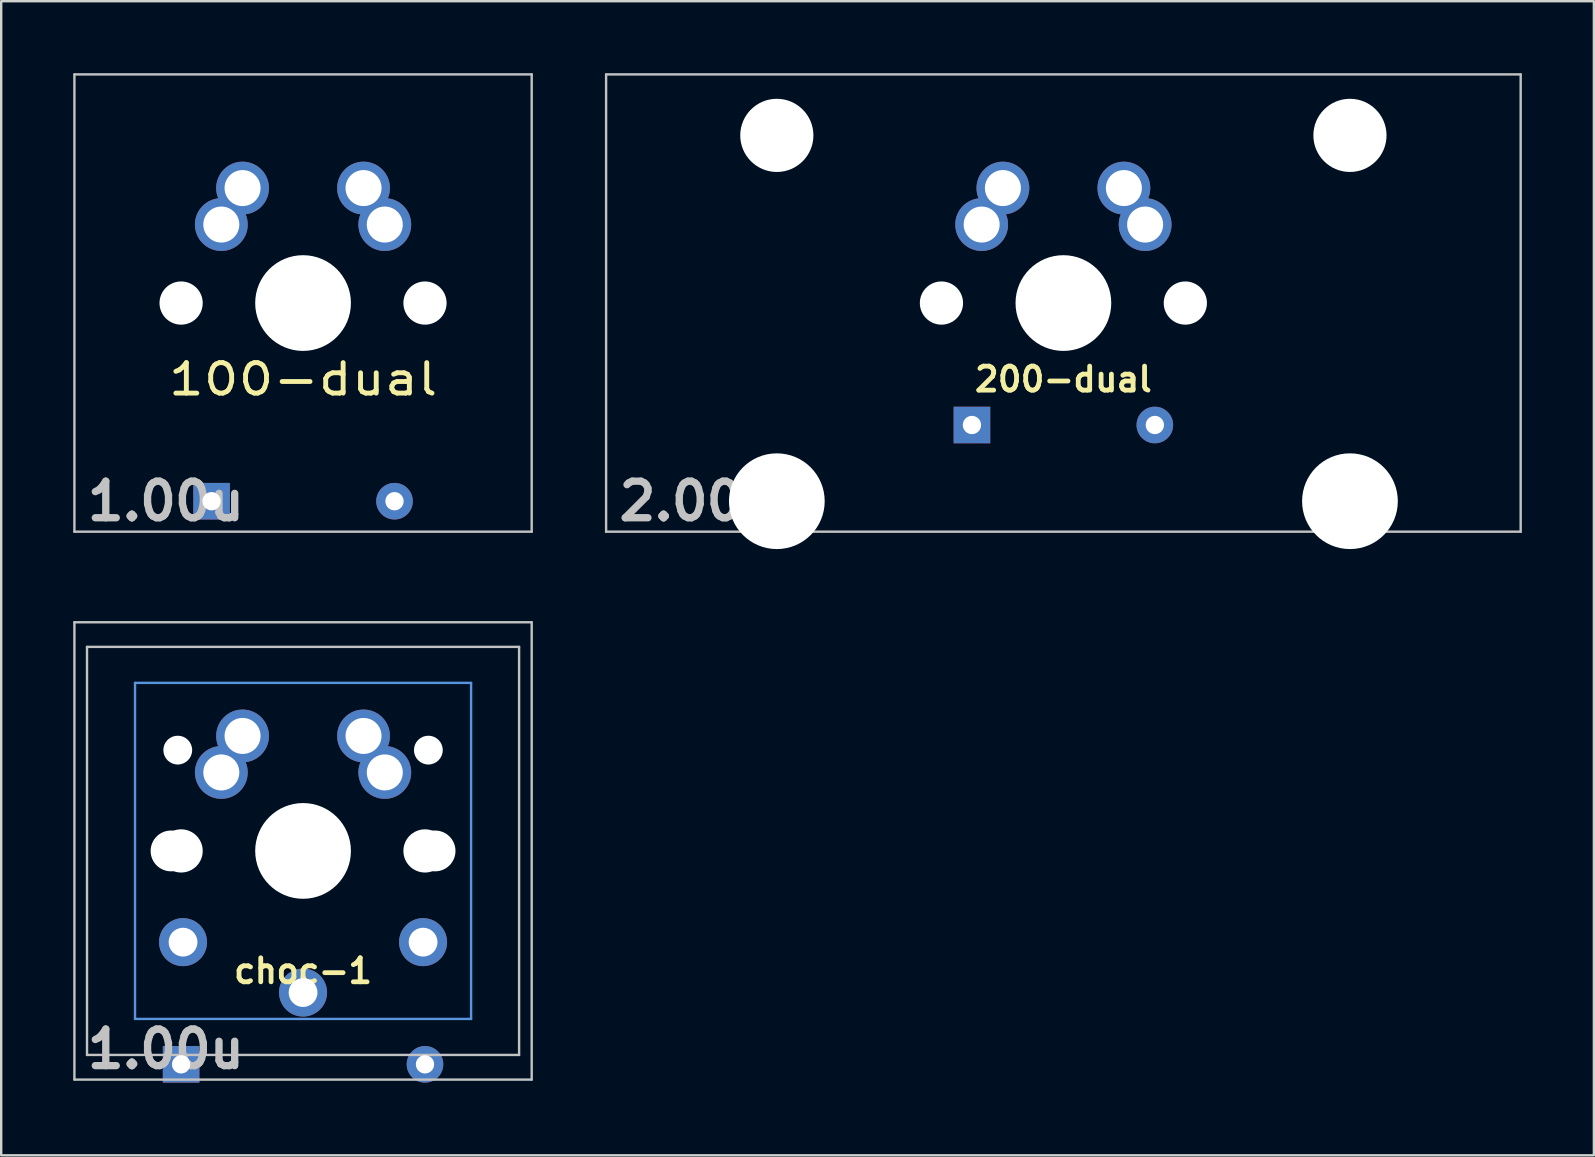
<source format=kicad_pcb>
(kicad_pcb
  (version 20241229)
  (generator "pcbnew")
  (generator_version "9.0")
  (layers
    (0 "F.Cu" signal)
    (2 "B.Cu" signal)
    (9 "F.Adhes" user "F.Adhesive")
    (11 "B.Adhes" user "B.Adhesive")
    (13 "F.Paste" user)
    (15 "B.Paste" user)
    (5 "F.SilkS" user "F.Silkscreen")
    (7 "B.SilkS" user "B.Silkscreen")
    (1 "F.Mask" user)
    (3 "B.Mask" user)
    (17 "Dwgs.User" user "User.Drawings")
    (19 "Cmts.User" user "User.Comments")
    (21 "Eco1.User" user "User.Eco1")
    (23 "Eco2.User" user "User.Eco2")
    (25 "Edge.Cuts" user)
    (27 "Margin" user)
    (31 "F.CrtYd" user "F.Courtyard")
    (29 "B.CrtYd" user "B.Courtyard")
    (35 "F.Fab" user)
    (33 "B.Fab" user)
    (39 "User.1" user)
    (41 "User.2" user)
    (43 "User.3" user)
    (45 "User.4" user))
  (footprint "200-dual"
    (layer "F.Cu")
    (at 41.25 9.575)
    (property "Reference" "200-dual" (at 0 3.175 0) (layer "F.SilkS") (effects (font (size 1 1) (thickness 0.2))))
    (attr through_hole)
    (fp_line (start -19.05 -9.525) (end 19.05 -9.525) (stroke (width 0.1) (type solid)) (layer "Dwgs.User"))
    (fp_line (start -19.05 9.525) (end -19.05 -9.525) (stroke (width 0.1) (type solid)) (layer "Dwgs.User"))
    (fp_line (start 19.05 -9.525) (end 19.05 9.525) (stroke (width 0.1) (type solid)) (layer "Dwgs.User"))
    (fp_line (start 19.05 9.525) (end -19.05 9.525) (stroke (width 0.1) (type solid)) (layer "Dwgs.User"))
    (fp_line (start -16.129 -2.286) (end -15.265 -2.286) (stroke (width 0.152) (type solid)) (layer "Eco2.User"))
    (fp_line (start -16.129 0.508) (end -16.129 -2.286) (stroke (width 0.152) (type solid)) (layer "Eco2.User"))
    (fp_line (start -15.265 -5.69) (end -8.611 -5.69) (stroke (width 0.152) (type solid)) (layer "Eco2.User"))
    (fp_line (start -15.265 -2.286) (end -15.265 -5.69) (stroke (width 0.152) (type solid)) (layer "Eco2.User"))
    (fp_line (start -15.265 0.508) (end -16.129 0.508) (stroke (width 0.152) (type solid)) (layer "Eco2.User"))
    (fp_line (start -15.265 6.604) (end -15.265 0.508) (stroke (width 0.152) (type solid)) (layer "Eco2.User"))
    (fp_line (start -14.224 6.604) (end -15.265 6.604) (stroke (width 0.152) (type solid)) (layer "Eco2.User"))
    (fp_line (start -14.224 7.772) (end -14.224 6.604) (stroke (width 0.152) (type solid)) (layer "Eco2.User"))
    (fp_line (start -9.652 6.604) (end -9.652 7.772) (stroke (width 0.152) (type solid)) (layer "Eco2.User"))
    (fp_line (start -9.652 7.772) (end -14.224 7.772) (stroke (width 0.152) (type solid)) (layer "Eco2.User"))
    (fp_line (start -8.611 -5.69) (end -8.611 -4.877) (stroke (width 0.152) (type solid)) (layer "Eco2.User"))
    (fp_line (start -8.611 -4.877) (end -6.985 -4.877) (stroke (width 0.152) (type solid)) (layer "Eco2.User"))
    (fp_line (start -8.611 5.817) (end -8.611 6.604) (stroke (width 0.152) (type solid)) (layer "Eco2.User"))
    (fp_line (start -8.611 6.604) (end -9.652 6.604) (stroke (width 0.152) (type solid)) (layer "Eco2.User"))
    (fp_line (start -6.985 -6.985) (end 6.985 -6.985) (stroke (width 0.152) (type solid)) (layer "Eco2.User"))
    (fp_line (start -6.985 -4.877) (end -6.985 -6.985) (stroke (width 0.152) (type solid)) (layer "Eco2.User"))
    (fp_line (start -6.985 5.817) (end -8.611 5.817) (stroke (width 0.152) (type solid)) (layer "Eco2.User"))
    (fp_line (start -6.985 6.985) (end -6.985 5.817) (stroke (width 0.152) (type solid)) (layer "Eco2.User"))
    (fp_line (start 6.985 -6.985) (end 6.985 -4.877) (stroke (width 0.152) (type solid)) (layer "Eco2.User"))
    (fp_line (start 6.985 -4.877) (end 8.611 -4.877) (stroke (width 0.152) (type solid)) (layer "Eco2.User"))
    (fp_line (start 6.985 5.817) (end 6.985 6.985) (stroke (width 0.152) (type solid)) (layer "Eco2.User"))
    (fp_line (start 6.985 6.985) (end -6.985 6.985) (stroke (width 0.152) (type solid)) (layer "Eco2.User"))
    (fp_line (start 8.611 -5.69) (end 15.265 -5.69) (stroke (width 0.152) (type solid)) (layer "Eco2.User"))
    (fp_line (start 8.611 -4.877) (end 8.611 -5.69) (stroke (width 0.152) (type solid)) (layer "Eco2.User"))
    (fp_line (start 8.611 5.817) (end 6.985 5.817) (stroke (width 0.152) (type solid)) (layer "Eco2.User"))
    (fp_line (start 8.611 6.604) (end 8.611 5.817) (stroke (width 0.152) (type solid)) (layer "Eco2.User"))
    (fp_line (start 9.652 6.604) (end 8.611 6.604) (stroke (width 0.152) (type solid)) (layer "Eco2.User"))
    (fp_line (start 9.652 7.772) (end 9.652 6.604) (stroke (width 0.152) (type solid)) (layer "Eco2.User"))
    (fp_line (start 14.224 6.604) (end 14.224 7.772) (stroke (width 0.152) (type solid)) (layer "Eco2.User"))
    (fp_line (start 14.224 7.772) (end 9.652 7.772) (stroke (width 0.152) (type solid)) (layer "Eco2.User"))
    (fp_line (start 15.265 -5.69) (end 15.265 -2.286) (stroke (width 0.152) (type solid)) (layer "Eco2.User"))
    (fp_line (start 15.265 -2.286) (end 16.129 -2.286) (stroke (width 0.152) (type solid)) (layer "Eco2.User"))
    (fp_line (start 15.265 0.508) (end 15.265 6.604) (stroke (width 0.152) (type solid)) (layer "Eco2.User"))
    (fp_line (start 15.265 6.604) (end 14.224 6.604) (stroke (width 0.152) (type solid)) (layer "Eco2.User"))
    (fp_line (start 16.129 -2.286) (end 16.129 0.508) (stroke (width 0.152) (type solid)) (layer "Eco2.User"))
    (fp_line (start 16.129 0.508) (end 15.265 0.508) (stroke (width 0.152) (type solid)) (layer "Eco2.User"))
    (fp_text user "2.00u" (at -15.24 8.255 0) (layer "Dwgs.User") (effects (font (size 1.524 1.524) (thickness 0.305))))
    (pad "" np_thru_hole circle (at -11.938 -6.985) (size 3.048 3.048) (drill 3.048) (layers "*.Cu" "*.Mask"))
    (pad "" np_thru_hole circle (at -11.938 8.255) (size 3.988 3.988) (drill 3.988) (layers "*.Cu" "*.Mask"))
    (pad "" np_thru_hole circle (at -5.08 0) (size 1.8 1.8) (drill 1.8) (layers "*.Cu" "*.Mask"))
    (pad "" np_thru_hole circle (at 0 0) (size 3.988 3.988) (drill 3.988) (layers "*.Cu" "*.Mask"))
    (pad "" np_thru_hole circle (at 5.08 0) (size 1.8 1.8) (drill 1.8) (layers "*.Cu" "*.Mask"))
    (pad "" np_thru_hole circle (at 11.938 -6.985) (size 3.048 3.048) (drill 3.048) (layers "*.Cu" "*.Mask"))
    (pad "" np_thru_hole circle (at 11.938 8.255) (size 3.988 3.988) (drill 3.988) (layers "*.Cu" "*.Mask"))
    (pad "1" thru_hole circle (at -3.405 -3.27 29) (size 2.2 2.2) (drill 1.5) (layers "*.Cu" "*.Mask"))
    (pad "1" thru_hole circle (at -2.52 -4.79) (size 2.2 2.2) (drill 1.5) (layers "*.Cu" "*.Mask"))
    (pad "2" thru_hole circle (at 2.52 -4.79) (size 2.2 2.2) (drill 1.5) (layers "*.Cu" "*.Mask"))
    (pad "2" thru_hole circle (at 3.405 -3.27 29) (size 2.2 2.2) (drill 1.5) (layers "*.Cu" "*.Mask"))
    (pad "3" thru_hole circle (at 3.81 5.08) (size 1.524 1.524) (drill 0.762) (layers "*.Cu" "*.Mask"))
    (pad "4" thru_hole rect (at -3.81 5.08) (size 1.524 1.524) (drill 0.762) (layers "*.Cu" "*.Mask")))
  (footprint "100-dual"
    (layer "F.Cu")
    (at 9.575 9.575)
    (property "Reference" "100-dual" (at 0 3.175 0) (layer "F.SilkS") (effects (font (size 1.27 1.524) (thickness 0.203))))
    (attr through_hole)
    (fp_line (start -9.525 -9.525) (end 9.525 -9.525) (stroke (width 0.1) (type solid)) (layer "Dwgs.User"))
    (fp_line (start -9.525 9.525) (end -9.525 -9.525) (stroke (width 0.1) (type solid)) (layer "Dwgs.User"))
    (fp_line (start 9.525 -9.525) (end 9.525 9.525) (stroke (width 0.1) (type solid)) (layer "Dwgs.User"))
    (fp_line (start 9.525 9.525) (end -9.525 9.525) (stroke (width 0.1) (type solid)) (layer "Dwgs.User"))
    (fp_line (start -7 -7) (end 7 -7) (stroke (width 0.1) (type solid)) (layer "Eco2.User"))
    (fp_line (start -7 7) (end -7 -7) (stroke (width 0.1) (type solid)) (layer "Eco2.User"))
    (fp_line (start 7 -7) (end 7 7) (stroke (width 0.1) (type solid)) (layer "Eco2.User"))
    (fp_line (start 7 7) (end -7 7) (stroke (width 0.1) (type solid)) (layer "Eco2.User"))
    (fp_text user "1.00u" (at -5.715 8.255 0) (layer "Dwgs.User") (effects (font (size 1.524 1.524) (thickness 0.305))))
    (pad "" np_thru_hole circle (at -5.08 0) (size 1.8 1.8) (drill 1.8) (layers "*.Cu" "*.Mask"))
    (pad "" np_thru_hole circle (at 0 0) (size 3.988 3.988) (drill 3.988) (layers "*.Cu" "*.Mask"))
    (pad "" np_thru_hole circle (at 5.08 0) (size 1.8 1.8) (drill 1.8) (layers "*.Cu" "*.Mask"))
    (pad "1" thru_hole circle (at -3.405 -3.27 29) (size 2.2 2.2) (drill 1.5) (layers "*.Cu" "*.Mask"))
    (pad "1" thru_hole circle (at -2.52 -4.79) (size 2.2 2.2) (drill 1.5) (layers "*.Cu" "*.Mask"))
    (pad "2" thru_hole circle (at 2.52 -4.79) (size 2.2 2.2) (drill 1.5) (layers "*.Cu" "*.Mask"))
    (pad "2" thru_hole circle (at 3.405 -3.27 29) (size 2.2 2.2) (drill 1.5) (layers "*.Cu" "*.Mask"))
    (pad "3" thru_hole circle (at 3.81 8.255) (size 1.524 1.524) (drill 0.762) (layers "*.Cu" "*.Mask"))
    (pad "4" thru_hole rect (at -3.81 8.255) (size 1.524 1.524) (drill 0.762) (layers "*.Cu" "*.Mask")))
  (footprint "choc-1"
    (layer "F.Cu")
    (at 9.575 32.399)
    (property "Reference" "choc-1" (at 0 5 180) (layer "F.SilkS") (effects (font (size 1 1) (thickness 0.2))))
    (attr through_hole)
    (fp_line (start -9.525 -9.525) (end 9.525 -9.525) (stroke (width 0.1) (type solid)) (layer "Dwgs.User"))
    (fp_line (start -9.525 9.525) (end -9.525 -9.525) (stroke (width 0.1) (type solid)) (layer "Dwgs.User"))
    (fp_line (start -9 -8.5) (end 9 -8.5) (stroke (width 0.1) (type solid)) (layer "Dwgs.User"))
    (fp_line (start -9 8.5) (end -9 -8.5) (stroke (width 0.1) (type solid)) (layer "Dwgs.User"))
    (fp_line (start 9 -8.5) (end 9 8.5) (stroke (width 0.1) (type solid)) (layer "Dwgs.User"))
    (fp_line (start 9 8.5) (end -9 8.5) (stroke (width 0.1) (type solid)) (layer "Dwgs.User"))
    (fp_line (start 9.525 -9.525) (end 9.525 9.525) (stroke (width 0.1) (type solid)) (layer "Dwgs.User"))
    (fp_line (start 9.525 9.525) (end -9.525 9.525) (stroke (width 0.1) (type solid)) (layer "Dwgs.User"))
    (fp_line (start -7 -7) (end 7 -7) (stroke (width 0.1) (type solid)) (layer "Cmts.User"))
    (fp_line (start -7 7) (end -7 -7) (stroke (width 0.1) (type solid)) (layer "Cmts.User"))
    (fp_line (start 7 -7) (end 7 7) (stroke (width 0.1) (type solid)) (layer "Cmts.User"))
    (fp_line (start 7 7) (end -7 7) (stroke (width 0.1) (type solid)) (layer "Cmts.User"))
    (fp_line (start -7 -7) (end 7 -7) (stroke (width 0.1) (type solid)) (layer "Eco2.User"))
    (fp_line (start -7 7) (end -7 -7) (stroke (width 0.1) (type solid)) (layer "Eco2.User"))
    (fp_line (start 7 -7) (end 7 7) (stroke (width 0.1) (type solid)) (layer "Eco2.User"))
    (fp_line (start 7 7) (end -7 7) (stroke (width 0.1) (type solid)) (layer "Eco2.User"))
    (fp_text user "1.00u" (at -5.715 8.255 0) (layer "Dwgs.User") (effects (font (size 1.524 1.524) (thickness 0.305))))
    (pad "" np_thru_hole circle (at -5.5 0) (size 1.7 1.7) (drill 1.7) (layers "*.Cu" "*.Mask"))
    (pad "" np_thru_hole circle (at -5.22 -4.2) (size 1.2 1.2) (drill 1.2) (layers "*.Cu" "*.Mask"))
    (pad "" np_thru_hole circle (at -5.08 0) (size 1.8 1.8) (drill 1.8) (layers "*.Cu" "*.Mask"))
    (pad "" np_thru_hole circle (at 0 0) (size 3.4 3.4) (drill 3.4) (layers "*.Cu" "*.Mask"))
    (pad "" np_thru_hole circle (at 0 0) (size 3.988 3.988) (drill 3.988) (layers "*.Cu" "*.Mask"))
    (pad "" np_thru_hole circle (at 5.08 0) (size 1.8 1.8) (drill 1.8) (layers "*.Cu" "*.Mask"))
    (pad "" np_thru_hole circle (at 5.22 -4.2) (size 1.2 1.2) (drill 1.2) (layers "*.Cu" "*.Mask"))
    (pad "" np_thru_hole circle (at 5.5 0) (size 1.7 1.7) (drill 1.7) (layers "*.Cu" "*.Mask"))
    (pad "1" thru_hole circle (at -3.405 -3.27 29) (size 2.2 2.2) (drill 1.5) (layers "*.Cu" "*.Mask"))
    (pad "1" thru_hole circle (at -2.52 -4.79) (size 2.2 2.2) (drill 1.5) (layers "*.Cu" "*.Mask"))
    (pad "1" thru_hole circle (at 0 5.9) (size 2 2) (drill 1.2) (layers "*.Cu" "*.Mask"))
    (pad "2" thru_hole circle (at -5 3.8) (size 2 2) (drill 1.2) (layers "*.Cu" "*.Mask"))
    (pad "2" thru_hole circle (at 2.52 -4.79) (size 2.2 2.2) (drill 1.5) (layers "*.Cu" "*.Mask"))
    (pad "2" thru_hole circle (at 3.405 -3.27 29) (size 2.2 2.2) (drill 1.5) (layers "*.Cu" "*.Mask"))
    (pad "2" thru_hole circle (at 5 3.8) (size 2 2) (drill 1.2) (layers "*.Cu" "*.Mask"))
    (pad "3" thru_hole circle (at 5.08 8.89) (size 1.524 1.524) (drill 0.762) (layers "*.Cu" "*.Mask"))
    (pad "4" thru_hole rect (at -5.08 8.89) (size 1.524 1.524) (drill 0.762) (layers "*.Cu" "*.Mask")))
  (gr_rect
    (start -3 -3)
    (end 63.35 45.08)
    (stroke (width 0.1) (type default))
    (fill no)
    (layer "Edge.Cuts")))
</source>
